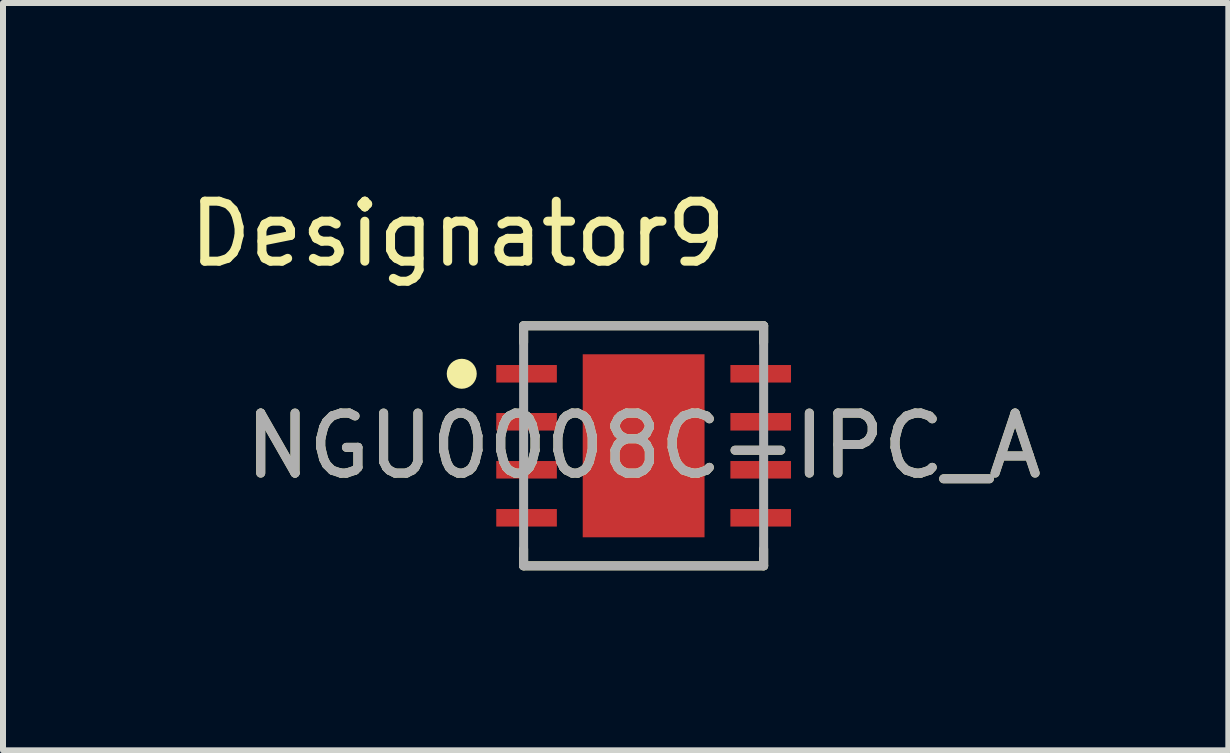
<source format=kicad_pcb>
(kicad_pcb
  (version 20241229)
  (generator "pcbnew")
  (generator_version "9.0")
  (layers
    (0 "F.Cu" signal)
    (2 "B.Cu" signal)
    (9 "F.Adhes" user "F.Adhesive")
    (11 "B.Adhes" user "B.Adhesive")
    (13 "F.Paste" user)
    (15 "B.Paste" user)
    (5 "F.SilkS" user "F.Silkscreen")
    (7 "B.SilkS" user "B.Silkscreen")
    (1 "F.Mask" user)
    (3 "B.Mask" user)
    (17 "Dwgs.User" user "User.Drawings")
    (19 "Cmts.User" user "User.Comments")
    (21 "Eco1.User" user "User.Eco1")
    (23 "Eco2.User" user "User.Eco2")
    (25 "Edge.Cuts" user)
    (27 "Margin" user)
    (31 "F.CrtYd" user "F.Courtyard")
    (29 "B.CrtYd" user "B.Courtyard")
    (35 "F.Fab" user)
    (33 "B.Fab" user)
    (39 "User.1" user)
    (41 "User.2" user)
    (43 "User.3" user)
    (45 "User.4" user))
  (footprint "NGU0008C-IPC_A"
    (layer "F.Cu")
    (at 7.676 4.379)
    (property "Reference" "NGU0008C-IPC_A" (at 0 0 0) (unlocked yes) (layer "F.SilkS") (effects (font (size 1 1) (thickness 0.15))))
    (attr smd)
    (fp_line (start -2 -2) (end 2 -2) (stroke (width 0.15) (type solid)) (layer "F.SilkS"))
    (fp_line (start -2 -1.721) (end -2 -2) (stroke (width 0.15) (type solid)) (layer "F.SilkS"))
    (fp_line (start -2 2) (end -2 1.721) (stroke (width 0.15) (type solid)) (layer "F.SilkS"))
    (fp_line (start -2 2) (end 2 2) (stroke (width 0.15) (type solid)) (layer "F.SilkS"))
    (fp_line (start 2 -1.721) (end 2 -2) (stroke (width 0.15) (type solid)) (layer "F.SilkS"))
    (fp_line (start 2 2) (end 2 1.721) (stroke (width 0.15) (type solid)) (layer "F.SilkS"))
    (fp_circle (center -3.031 -1.2) (end -2.906 -1.2) (stroke (width 0.25) (type solid)) (fill no) (layer "F.SilkS"))
    (fp_poly (pts (xy -0.572 1.082) (xy 0.572 1.082) (xy 0.572 -1.082) (xy -0.572 -1.082)) (stroke (width 0) (type solid)) (fill yes) (layer "F.Paste"))
    (fp_line (start -2 -2) (end 2 -2) (stroke (width 0.15) (type solid)) (layer "F.Fab"))
    (fp_line (start -2 2) (end -2 -2) (stroke (width 0.15) (type solid)) (layer "F.Fab"))
    (fp_line (start -2 2) (end 2 2) (stroke (width 0.15) (type solid)) (layer "F.Fab"))
    (fp_line (start 2 2) (end 2 -2) (stroke (width 0.15) (type solid)) (layer "F.Fab"))
    (fp_text user "Designator9" (at -3.099 -3.531 0) (unlocked yes) (layer "F.SilkS") (effects (font (size 1 1) (thickness 0.15))))
    (fp_text user "${REFERENCE}" (at 0 0 0) (unlocked yes) (layer "F.Fab") (effects (font (size 1 1) (thickness 0.15))))
    (pad "1" smd rect (at -1.951 -1.2) (size 1.01 0.292) (layers "F.Cu" "F.Mask" "F.Paste"))
    (pad "2" smd rect (at -1.951 -0.4) (size 1.01 0.292) (layers "F.Cu" "F.Mask" "F.Paste"))
    (pad "3" smd rect (at -1.951 0.4) (size 1.01 0.292) (layers "F.Cu" "F.Mask" "F.Paste"))
    (pad "4" smd rect (at -1.951 1.2) (size 1.01 0.292) (layers "F.Cu" "F.Mask" "F.Paste"))
    (pad "5" smd rect (at 1.951 1.2) (size 1.01 0.292) (layers "F.Cu" "F.Mask" "F.Paste"))
    (pad "6" smd rect (at 1.951 0.4) (size 1.01 0.292) (layers "F.Cu" "F.Mask" "F.Paste"))
    (pad "7" smd rect (at 1.951 -0.4) (size 1.01 0.292) (layers "F.Cu" "F.Mask" "F.Paste"))
    (pad "8" smd rect (at 1.951 -1.2) (size 1.01 0.292) (layers "F.Cu" "F.Mask" "F.Paste"))
    (pad "9" smd rect (at 0 0) (size 2.03 3.05) (layers "F.Cu" "F.Mask")))
  (gr_rect
    (start -3 -3)
    (end 17.42 9.454)
    (stroke (width 0.1) (type default))
    (fill no)
    (layer "Edge.Cuts")))
</source>
